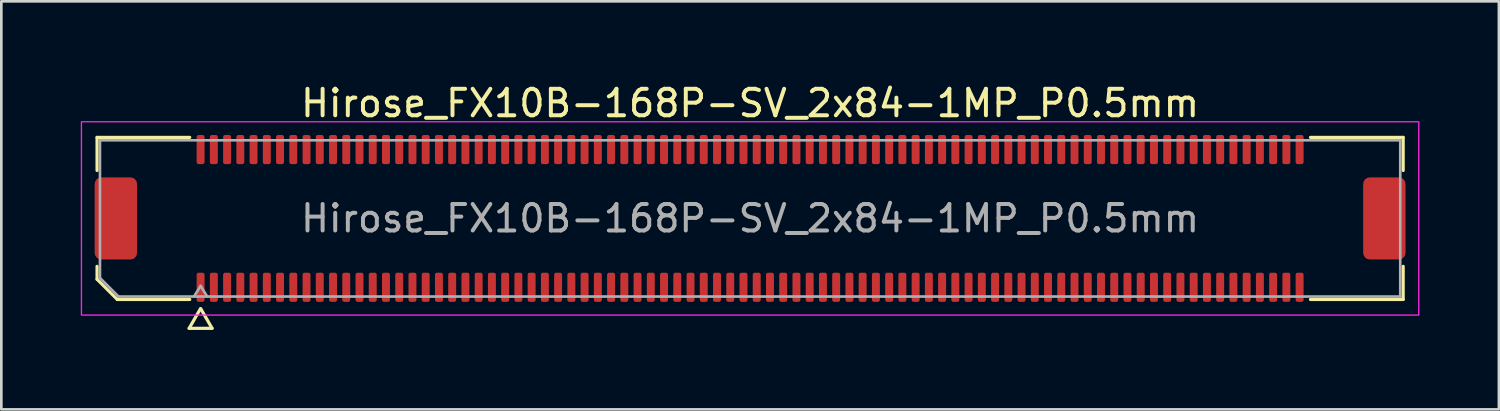
<source format=kicad_pcb>
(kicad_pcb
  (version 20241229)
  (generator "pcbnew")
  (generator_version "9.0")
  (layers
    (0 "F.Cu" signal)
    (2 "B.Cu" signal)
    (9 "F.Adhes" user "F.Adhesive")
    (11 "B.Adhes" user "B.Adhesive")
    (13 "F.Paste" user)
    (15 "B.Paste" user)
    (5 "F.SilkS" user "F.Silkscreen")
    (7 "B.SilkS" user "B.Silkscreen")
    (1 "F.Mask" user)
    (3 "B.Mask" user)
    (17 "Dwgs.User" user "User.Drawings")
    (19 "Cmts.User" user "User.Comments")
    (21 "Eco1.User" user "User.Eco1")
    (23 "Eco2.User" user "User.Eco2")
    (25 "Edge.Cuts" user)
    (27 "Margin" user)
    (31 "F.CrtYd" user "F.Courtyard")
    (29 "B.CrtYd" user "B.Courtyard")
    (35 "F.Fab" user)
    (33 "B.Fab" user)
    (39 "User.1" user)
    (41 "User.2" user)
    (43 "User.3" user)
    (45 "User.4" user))
  (footprint "Hirose_FX10B-168P-SV_2x84-1MP_P0.5mm"
    (layer "F.Cu")
    (at 25.275 5.198)
    (property "Reference" "Hirose_FX10B-168P-SV_2x84-1MP_P0.5mm" (at 0 -4.35 0) (layer "F.SilkS") (effects (font (size 1 1) (thickness 0.15))))
    (attr smd)
    (fp_line (start -24.66 -3.06) (end -21.16 -3.06) (stroke (width 0.12) (type solid)) (layer "F.SilkS"))
    (fp_line (start -24.66 -1.81) (end -24.66 -3.06) (stroke (width 0.12) (type solid)) (layer "F.SilkS"))
    (fp_line (start -24.66 2.296) (end -24.66 1.81) (stroke (width 0.12) (type solid)) (layer "F.SilkS"))
    (fp_line (start -23.896 3.06) (end -24.66 2.296) (stroke (width 0.12) (type solid)) (layer "F.SilkS"))
    (fp_line (start -21.183 4.15) (end -20.756 3.41) (stroke (width 0.12) (type solid)) (layer "F.SilkS"))
    (fp_line (start -21.16 3.06) (end -23.896 3.06) (stroke (width 0.12) (type solid)) (layer "F.SilkS"))
    (fp_line (start -20.744 3.41) (end -20.317 4.15) (stroke (width 0.12) (type solid)) (layer "F.SilkS"))
    (fp_line (start -20.317 4.15) (end -21.183 4.15) (stroke (width 0.12) (type solid)) (layer "F.SilkS"))
    (fp_line (start 21.16 -3.06) (end 24.66 -3.06) (stroke (width 0.12) (type solid)) (layer "F.SilkS"))
    (fp_line (start 24.66 -3.06) (end 24.66 -1.81) (stroke (width 0.12) (type solid)) (layer "F.SilkS"))
    (fp_line (start 24.66 1.81) (end 24.66 3.06) (stroke (width 0.12) (type solid)) (layer "F.SilkS"))
    (fp_line (start 24.66 3.06) (end 21.16 3.06) (stroke (width 0.12) (type solid)) (layer "F.SilkS"))
    (fp_rect (start -25.25 -3.65) (end 25.25 3.65) (stroke (width 0.05) (type solid)) (fill no) (layer "F.CrtYd"))
    (fp_line (start -24.55 -2.95) (end 24.55 -2.95) (stroke (width 0.1) (type solid)) (layer "F.Fab"))
    (fp_line (start -24.55 2.25) (end -24.55 -2.95) (stroke (width 0.1) (type solid)) (layer "F.Fab"))
    (fp_line (start -23.85 2.95) (end -24.55 2.25) (stroke (width 0.1) (type solid)) (layer "F.Fab"))
    (fp_line (start -21 2.95) (end -20.75 2.55) (stroke (width 0.1) (type solid)) (layer "F.Fab"))
    (fp_line (start -20.75 2.55) (end -20.5 2.95) (stroke (width 0.1) (type solid)) (layer "F.Fab"))
    (fp_line (start 24.55 -2.95) (end 24.55 2.95) (stroke (width 0.1) (type solid)) (layer "F.Fab"))
    (fp_line (start 24.55 2.95) (end -23.85 2.95) (stroke (width 0.1) (type solid)) (layer "F.Fab"))
    (fp_text user "${REFERENCE}" (at 0 0 0) (layer "F.Fab") (effects (font (size 1 1) (thickness 0.15))))
    (pad "1" smd roundrect (at -20.75 2.6) (size 0.3 1.1) (layers "F.Cu" "F.Mask" "F.Paste") (roundrect_rratio 0.25))
    (pad "2" smd roundrect (at -20.75 -2.6) (size 0.3 1.1) (layers "F.Cu" "F.Mask" "F.Paste") (roundrect_rratio 0.25))
    (pad "3" smd roundrect (at -20.25 2.6) (size 0.3 1.1) (layers "F.Cu" "F.Mask" "F.Paste") (roundrect_rratio 0.25))
    (pad "4" smd roundrect (at -20.25 -2.6) (size 0.3 1.1) (layers "F.Cu" "F.Mask" "F.Paste") (roundrect_rratio 0.25))
    (pad "5" smd roundrect (at -19.75 2.6) (size 0.3 1.1) (layers "F.Cu" "F.Mask" "F.Paste") (roundrect_rratio 0.25))
    (pad "6" smd roundrect (at -19.75 -2.6) (size 0.3 1.1) (layers "F.Cu" "F.Mask" "F.Paste") (roundrect_rratio 0.25))
    (pad "7" smd roundrect (at -19.25 2.6) (size 0.3 1.1) (layers "F.Cu" "F.Mask" "F.Paste") (roundrect_rratio 0.25))
    (pad "8" smd roundrect (at -19.25 -2.6) (size 0.3 1.1) (layers "F.Cu" "F.Mask" "F.Paste") (roundrect_rratio 0.25))
    (pad "9" smd roundrect (at -18.75 2.6) (size 0.3 1.1) (layers "F.Cu" "F.Mask" "F.Paste") (roundrect_rratio 0.25))
    (pad "10" smd roundrect (at -18.75 -2.6) (size 0.3 1.1) (layers "F.Cu" "F.Mask" "F.Paste") (roundrect_rratio 0.25))
    (pad "11" smd roundrect (at -18.25 2.6) (size 0.3 1.1) (layers "F.Cu" "F.Mask" "F.Paste") (roundrect_rratio 0.25))
    (pad "12" smd roundrect (at -18.25 -2.6) (size 0.3 1.1) (layers "F.Cu" "F.Mask" "F.Paste") (roundrect_rratio 0.25))
    (pad "13" smd roundrect (at -17.75 2.6) (size 0.3 1.1) (layers "F.Cu" "F.Mask" "F.Paste") (roundrect_rratio 0.25))
    (pad "14" smd roundrect (at -17.75 -2.6) (size 0.3 1.1) (layers "F.Cu" "F.Mask" "F.Paste") (roundrect_rratio 0.25))
    (pad "15" smd roundrect (at -17.25 2.6) (size 0.3 1.1) (layers "F.Cu" "F.Mask" "F.Paste") (roundrect_rratio 0.25))
    (pad "16" smd roundrect (at -17.25 -2.6) (size 0.3 1.1) (layers "F.Cu" "F.Mask" "F.Paste") (roundrect_rratio 0.25))
    (pad "17" smd roundrect (at -16.75 2.6) (size 0.3 1.1) (layers "F.Cu" "F.Mask" "F.Paste") (roundrect_rratio 0.25))
    (pad "18" smd roundrect (at -16.75 -2.6) (size 0.3 1.1) (layers "F.Cu" "F.Mask" "F.Paste") (roundrect_rratio 0.25))
    (pad "19" smd roundrect (at -16.25 2.6) (size 0.3 1.1) (layers "F.Cu" "F.Mask" "F.Paste") (roundrect_rratio 0.25))
    (pad "20" smd roundrect (at -16.25 -2.6) (size 0.3 1.1) (layers "F.Cu" "F.Mask" "F.Paste") (roundrect_rratio 0.25))
    (pad "21" smd roundrect (at -15.75 2.6) (size 0.3 1.1) (layers "F.Cu" "F.Mask" "F.Paste") (roundrect_rratio 0.25))
    (pad "22" smd roundrect (at -15.75 -2.6) (size 0.3 1.1) (layers "F.Cu" "F.Mask" "F.Paste") (roundrect_rratio 0.25))
    (pad "23" smd roundrect (at -15.25 2.6) (size 0.3 1.1) (layers "F.Cu" "F.Mask" "F.Paste") (roundrect_rratio 0.25))
    (pad "24" smd roundrect (at -15.25 -2.6) (size 0.3 1.1) (layers "F.Cu" "F.Mask" "F.Paste") (roundrect_rratio 0.25))
    (pad "25" smd roundrect (at -14.75 2.6) (size 0.3 1.1) (layers "F.Cu" "F.Mask" "F.Paste") (roundrect_rratio 0.25))
    (pad "26" smd roundrect (at -14.75 -2.6) (size 0.3 1.1) (layers "F.Cu" "F.Mask" "F.Paste") (roundrect_rratio 0.25))
    (pad "27" smd roundrect (at -14.25 2.6) (size 0.3 1.1) (layers "F.Cu" "F.Mask" "F.Paste") (roundrect_rratio 0.25))
    (pad "28" smd roundrect (at -14.25 -2.6) (size 0.3 1.1) (layers "F.Cu" "F.Mask" "F.Paste") (roundrect_rratio 0.25))
    (pad "29" smd roundrect (at -13.75 2.6) (size 0.3 1.1) (layers "F.Cu" "F.Mask" "F.Paste") (roundrect_rratio 0.25))
    (pad "30" smd roundrect (at -13.75 -2.6) (size 0.3 1.1) (layers "F.Cu" "F.Mask" "F.Paste") (roundrect_rratio 0.25))
    (pad "31" smd roundrect (at -13.25 2.6) (size 0.3 1.1) (layers "F.Cu" "F.Mask" "F.Paste") (roundrect_rratio 0.25))
    (pad "32" smd roundrect (at -13.25 -2.6) (size 0.3 1.1) (layers "F.Cu" "F.Mask" "F.Paste") (roundrect_rratio 0.25))
    (pad "33" smd roundrect (at -12.75 2.6) (size 0.3 1.1) (layers "F.Cu" "F.Mask" "F.Paste") (roundrect_rratio 0.25))
    (pad "34" smd roundrect (at -12.75 -2.6) (size 0.3 1.1) (layers "F.Cu" "F.Mask" "F.Paste") (roundrect_rratio 0.25))
    (pad "35" smd roundrect (at -12.25 2.6) (size 0.3 1.1) (layers "F.Cu" "F.Mask" "F.Paste") (roundrect_rratio 0.25))
    (pad "36" smd roundrect (at -12.25 -2.6) (size 0.3 1.1) (layers "F.Cu" "F.Mask" "F.Paste") (roundrect_rratio 0.25))
    (pad "37" smd roundrect (at -11.75 2.6) (size 0.3 1.1) (layers "F.Cu" "F.Mask" "F.Paste") (roundrect_rratio 0.25))
    (pad "38" smd roundrect (at -11.75 -2.6) (size 0.3 1.1) (layers "F.Cu" "F.Mask" "F.Paste") (roundrect_rratio 0.25))
    (pad "39" smd roundrect (at -11.25 2.6) (size 0.3 1.1) (layers "F.Cu" "F.Mask" "F.Paste") (roundrect_rratio 0.25))
    (pad "40" smd roundrect (at -11.25 -2.6) (size 0.3 1.1) (layers "F.Cu" "F.Mask" "F.Paste") (roundrect_rratio 0.25))
    (pad "41" smd roundrect (at -10.75 2.6) (size 0.3 1.1) (layers "F.Cu" "F.Mask" "F.Paste") (roundrect_rratio 0.25))
    (pad "42" smd roundrect (at -10.75 -2.6) (size 0.3 1.1) (layers "F.Cu" "F.Mask" "F.Paste") (roundrect_rratio 0.25))
    (pad "43" smd roundrect (at -10.25 2.6) (size 0.3 1.1) (layers "F.Cu" "F.Mask" "F.Paste") (roundrect_rratio 0.25))
    (pad "44" smd roundrect (at -10.25 -2.6) (size 0.3 1.1) (layers "F.Cu" "F.Mask" "F.Paste") (roundrect_rratio 0.25))
    (pad "45" smd roundrect (at -9.75 2.6) (size 0.3 1.1) (layers "F.Cu" "F.Mask" "F.Paste") (roundrect_rratio 0.25))
    (pad "46" smd roundrect (at -9.75 -2.6) (size 0.3 1.1) (layers "F.Cu" "F.Mask" "F.Paste") (roundrect_rratio 0.25))
    (pad "47" smd roundrect (at -9.25 2.6) (size 0.3 1.1) (layers "F.Cu" "F.Mask" "F.Paste") (roundrect_rratio 0.25))
    (pad "48" smd roundrect (at -9.25 -2.6) (size 0.3 1.1) (layers "F.Cu" "F.Mask" "F.Paste") (roundrect_rratio 0.25))
    (pad "49" smd roundrect (at -8.75 2.6) (size 0.3 1.1) (layers "F.Cu" "F.Mask" "F.Paste") (roundrect_rratio 0.25))
    (pad "50" smd roundrect (at -8.75 -2.6) (size 0.3 1.1) (layers "F.Cu" "F.Mask" "F.Paste") (roundrect_rratio 0.25))
    (pad "51" smd roundrect (at -8.25 2.6) (size 0.3 1.1) (layers "F.Cu" "F.Mask" "F.Paste") (roundrect_rratio 0.25))
    (pad "52" smd roundrect (at -8.25 -2.6) (size 0.3 1.1) (layers "F.Cu" "F.Mask" "F.Paste") (roundrect_rratio 0.25))
    (pad "53" smd roundrect (at -7.75 2.6) (size 0.3 1.1) (layers "F.Cu" "F.Mask" "F.Paste") (roundrect_rratio 0.25))
    (pad "54" smd roundrect (at -7.75 -2.6) (size 0.3 1.1) (layers "F.Cu" "F.Mask" "F.Paste") (roundrect_rratio 0.25))
    (pad "55" smd roundrect (at -7.25 2.6) (size 0.3 1.1) (layers "F.Cu" "F.Mask" "F.Paste") (roundrect_rratio 0.25))
    (pad "56" smd roundrect (at -7.25 -2.6) (size 0.3 1.1) (layers "F.Cu" "F.Mask" "F.Paste") (roundrect_rratio 0.25))
    (pad "57" smd roundrect (at -6.75 2.6) (size 0.3 1.1) (layers "F.Cu" "F.Mask" "F.Paste") (roundrect_rratio 0.25))
    (pad "58" smd roundrect (at -6.75 -2.6) (size 0.3 1.1) (layers "F.Cu" "F.Mask" "F.Paste") (roundrect_rratio 0.25))
    (pad "59" smd roundrect (at -6.25 2.6) (size 0.3 1.1) (layers "F.Cu" "F.Mask" "F.Paste") (roundrect_rratio 0.25))
    (pad "60" smd roundrect (at -6.25 -2.6) (size 0.3 1.1) (layers "F.Cu" "F.Mask" "F.Paste") (roundrect_rratio 0.25))
    (pad "61" smd roundrect (at -5.75 2.6) (size 0.3 1.1) (layers "F.Cu" "F.Mask" "F.Paste") (roundrect_rratio 0.25))
    (pad "62" smd roundrect (at -5.75 -2.6) (size 0.3 1.1) (layers "F.Cu" "F.Mask" "F.Paste") (roundrect_rratio 0.25))
    (pad "63" smd roundrect (at -5.25 2.6) (size 0.3 1.1) (layers "F.Cu" "F.Mask" "F.Paste") (roundrect_rratio 0.25))
    (pad "64" smd roundrect (at -5.25 -2.6) (size 0.3 1.1) (layers "F.Cu" "F.Mask" "F.Paste") (roundrect_rratio 0.25))
    (pad "65" smd roundrect (at -4.75 2.6) (size 0.3 1.1) (layers "F.Cu" "F.Mask" "F.Paste") (roundrect_rratio 0.25))
    (pad "66" smd roundrect (at -4.75 -2.6) (size 0.3 1.1) (layers "F.Cu" "F.Mask" "F.Paste") (roundrect_rratio 0.25))
    (pad "67" smd roundrect (at -4.25 2.6) (size 0.3 1.1) (layers "F.Cu" "F.Mask" "F.Paste") (roundrect_rratio 0.25))
    (pad "68" smd roundrect (at -4.25 -2.6) (size 0.3 1.1) (layers "F.Cu" "F.Mask" "F.Paste") (roundrect_rratio 0.25))
    (pad "69" smd roundrect (at -3.75 2.6) (size 0.3 1.1) (layers "F.Cu" "F.Mask" "F.Paste") (roundrect_rratio 0.25))
    (pad "70" smd roundrect (at -3.75 -2.6) (size 0.3 1.1) (layers "F.Cu" "F.Mask" "F.Paste") (roundrect_rratio 0.25))
    (pad "71" smd roundrect (at -3.25 2.6) (size 0.3 1.1) (layers "F.Cu" "F.Mask" "F.Paste") (roundrect_rratio 0.25))
    (pad "72" smd roundrect (at -3.25 -2.6) (size 0.3 1.1) (layers "F.Cu" "F.Mask" "F.Paste") (roundrect_rratio 0.25))
    (pad "73" smd roundrect (at -2.75 2.6) (size 0.3 1.1) (layers "F.Cu" "F.Mask" "F.Paste") (roundrect_rratio 0.25))
    (pad "74" smd roundrect (at -2.75 -2.6) (size 0.3 1.1) (layers "F.Cu" "F.Mask" "F.Paste") (roundrect_rratio 0.25))
    (pad "75" smd roundrect (at -2.25 2.6) (size 0.3 1.1) (layers "F.Cu" "F.Mask" "F.Paste") (roundrect_rratio 0.25))
    (pad "76" smd roundrect (at -2.25 -2.6) (size 0.3 1.1) (layers "F.Cu" "F.Mask" "F.Paste") (roundrect_rratio 0.25))
    (pad "77" smd roundrect (at -1.75 2.6) (size 0.3 1.1) (layers "F.Cu" "F.Mask" "F.Paste") (roundrect_rratio 0.25))
    (pad "78" smd roundrect (at -1.75 -2.6) (size 0.3 1.1) (layers "F.Cu" "F.Mask" "F.Paste") (roundrect_rratio 0.25))
    (pad "79" smd roundrect (at -1.25 2.6) (size 0.3 1.1) (layers "F.Cu" "F.Mask" "F.Paste") (roundrect_rratio 0.25))
    (pad "80" smd roundrect (at -1.25 -2.6) (size 0.3 1.1) (layers "F.Cu" "F.Mask" "F.Paste") (roundrect_rratio 0.25))
    (pad "81" smd roundrect (at -0.75 2.6) (size 0.3 1.1) (layers "F.Cu" "F.Mask" "F.Paste") (roundrect_rratio 0.25))
    (pad "82" smd roundrect (at -0.75 -2.6) (size 0.3 1.1) (layers "F.Cu" "F.Mask" "F.Paste") (roundrect_rratio 0.25))
    (pad "83" smd roundrect (at -0.25 2.6) (size 0.3 1.1) (layers "F.Cu" "F.Mask" "F.Paste") (roundrect_rratio 0.25))
    (pad "84" smd roundrect (at -0.25 -2.6) (size 0.3 1.1) (layers "F.Cu" "F.Mask" "F.Paste") (roundrect_rratio 0.25))
    (pad "85" smd roundrect (at 0.25 2.6) (size 0.3 1.1) (layers "F.Cu" "F.Mask" "F.Paste") (roundrect_rratio 0.25))
    (pad "86" smd roundrect (at 0.25 -2.6) (size 0.3 1.1) (layers "F.Cu" "F.Mask" "F.Paste") (roundrect_rratio 0.25))
    (pad "87" smd roundrect (at 0.75 2.6) (size 0.3 1.1) (layers "F.Cu" "F.Mask" "F.Paste") (roundrect_rratio 0.25))
    (pad "88" smd roundrect (at 0.75 -2.6) (size 0.3 1.1) (layers "F.Cu" "F.Mask" "F.Paste") (roundrect_rratio 0.25))
    (pad "89" smd roundrect (at 1.25 2.6) (size 0.3 1.1) (layers "F.Cu" "F.Mask" "F.Paste") (roundrect_rratio 0.25))
    (pad "90" smd roundrect (at 1.25 -2.6) (size 0.3 1.1) (layers "F.Cu" "F.Mask" "F.Paste") (roundrect_rratio 0.25))
    (pad "91" smd roundrect (at 1.75 2.6) (size 0.3 1.1) (layers "F.Cu" "F.Mask" "F.Paste") (roundrect_rratio 0.25))
    (pad "92" smd roundrect (at 1.75 -2.6) (size 0.3 1.1) (layers "F.Cu" "F.Mask" "F.Paste") (roundrect_rratio 0.25))
    (pad "93" smd roundrect (at 2.25 2.6) (size 0.3 1.1) (layers "F.Cu" "F.Mask" "F.Paste") (roundrect_rratio 0.25))
    (pad "94" smd roundrect (at 2.25 -2.6) (size 0.3 1.1) (layers "F.Cu" "F.Mask" "F.Paste") (roundrect_rratio 0.25))
    (pad "95" smd roundrect (at 2.75 2.6) (size 0.3 1.1) (layers "F.Cu" "F.Mask" "F.Paste") (roundrect_rratio 0.25))
    (pad "96" smd roundrect (at 2.75 -2.6) (size 0.3 1.1) (layers "F.Cu" "F.Mask" "F.Paste") (roundrect_rratio 0.25))
    (pad "97" smd roundrect (at 3.25 2.6) (size 0.3 1.1) (layers "F.Cu" "F.Mask" "F.Paste") (roundrect_rratio 0.25))
    (pad "98" smd roundrect (at 3.25 -2.6) (size 0.3 1.1) (layers "F.Cu" "F.Mask" "F.Paste") (roundrect_rratio 0.25))
    (pad "99" smd roundrect (at 3.75 2.6) (size 0.3 1.1) (layers "F.Cu" "F.Mask" "F.Paste") (roundrect_rratio 0.25))
    (pad "100" smd roundrect (at 3.75 -2.6) (size 0.3 1.1) (layers "F.Cu" "F.Mask" "F.Paste") (roundrect_rratio 0.25))
    (pad "101" smd roundrect (at 4.25 2.6) (size 0.3 1.1) (layers "F.Cu" "F.Mask" "F.Paste") (roundrect_rratio 0.25))
    (pad "102" smd roundrect (at 4.25 -2.6) (size 0.3 1.1) (layers "F.Cu" "F.Mask" "F.Paste") (roundrect_rratio 0.25))
    (pad "103" smd roundrect (at 4.75 2.6) (size 0.3 1.1) (layers "F.Cu" "F.Mask" "F.Paste") (roundrect_rratio 0.25))
    (pad "104" smd roundrect (at 4.75 -2.6) (size 0.3 1.1) (layers "F.Cu" "F.Mask" "F.Paste") (roundrect_rratio 0.25))
    (pad "105" smd roundrect (at 5.25 2.6) (size 0.3 1.1) (layers "F.Cu" "F.Mask" "F.Paste") (roundrect_rratio 0.25))
    (pad "106" smd roundrect (at 5.25 -2.6) (size 0.3 1.1) (layers "F.Cu" "F.Mask" "F.Paste") (roundrect_rratio 0.25))
    (pad "107" smd roundrect (at 5.75 2.6) (size 0.3 1.1) (layers "F.Cu" "F.Mask" "F.Paste") (roundrect_rratio 0.25))
    (pad "108" smd roundrect (at 5.75 -2.6) (size 0.3 1.1) (layers "F.Cu" "F.Mask" "F.Paste") (roundrect_rratio 0.25))
    (pad "109" smd roundrect (at 6.25 2.6) (size 0.3 1.1) (layers "F.Cu" "F.Mask" "F.Paste") (roundrect_rratio 0.25))
    (pad "110" smd roundrect (at 6.25 -2.6) (size 0.3 1.1) (layers "F.Cu" "F.Mask" "F.Paste") (roundrect_rratio 0.25))
    (pad "111" smd roundrect (at 6.75 2.6) (size 0.3 1.1) (layers "F.Cu" "F.Mask" "F.Paste") (roundrect_rratio 0.25))
    (pad "112" smd roundrect (at 6.75 -2.6) (size 0.3 1.1) (layers "F.Cu" "F.Mask" "F.Paste") (roundrect_rratio 0.25))
    (pad "113" smd roundrect (at 7.25 2.6) (size 0.3 1.1) (layers "F.Cu" "F.Mask" "F.Paste") (roundrect_rratio 0.25))
    (pad "114" smd roundrect (at 7.25 -2.6) (size 0.3 1.1) (layers "F.Cu" "F.Mask" "F.Paste") (roundrect_rratio 0.25))
    (pad "115" smd roundrect (at 7.75 2.6) (size 0.3 1.1) (layers "F.Cu" "F.Mask" "F.Paste") (roundrect_rratio 0.25))
    (pad "116" smd roundrect (at 7.75 -2.6) (size 0.3 1.1) (layers "F.Cu" "F.Mask" "F.Paste") (roundrect_rratio 0.25))
    (pad "117" smd roundrect (at 8.25 2.6) (size 0.3 1.1) (layers "F.Cu" "F.Mask" "F.Paste") (roundrect_rratio 0.25))
    (pad "118" smd roundrect (at 8.25 -2.6) (size 0.3 1.1) (layers "F.Cu" "F.Mask" "F.Paste") (roundrect_rratio 0.25))
    (pad "119" smd roundrect (at 8.75 2.6) (size 0.3 1.1) (layers "F.Cu" "F.Mask" "F.Paste") (roundrect_rratio 0.25))
    (pad "120" smd roundrect (at 8.75 -2.6) (size 0.3 1.1) (layers "F.Cu" "F.Mask" "F.Paste") (roundrect_rratio 0.25))
    (pad "121" smd roundrect (at 9.25 2.6) (size 0.3 1.1) (layers "F.Cu" "F.Mask" "F.Paste") (roundrect_rratio 0.25))
    (pad "122" smd roundrect (at 9.25 -2.6) (size 0.3 1.1) (layers "F.Cu" "F.Mask" "F.Paste") (roundrect_rratio 0.25))
    (pad "123" smd roundrect (at 9.75 2.6) (size 0.3 1.1) (layers "F.Cu" "F.Mask" "F.Paste") (roundrect_rratio 0.25))
    (pad "124" smd roundrect (at 9.75 -2.6) (size 0.3 1.1) (layers "F.Cu" "F.Mask" "F.Paste") (roundrect_rratio 0.25))
    (pad "125" smd roundrect (at 10.25 2.6) (size 0.3 1.1) (layers "F.Cu" "F.Mask" "F.Paste") (roundrect_rratio 0.25))
    (pad "126" smd roundrect (at 10.25 -2.6) (size 0.3 1.1) (layers "F.Cu" "F.Mask" "F.Paste") (roundrect_rratio 0.25))
    (pad "127" smd roundrect (at 10.75 2.6) (size 0.3 1.1) (layers "F.Cu" "F.Mask" "F.Paste") (roundrect_rratio 0.25))
    (pad "128" smd roundrect (at 10.75 -2.6) (size 0.3 1.1) (layers "F.Cu" "F.Mask" "F.Paste") (roundrect_rratio 0.25))
    (pad "129" smd roundrect (at 11.25 2.6) (size 0.3 1.1) (layers "F.Cu" "F.Mask" "F.Paste") (roundrect_rratio 0.25))
    (pad "130" smd roundrect (at 11.25 -2.6) (size 0.3 1.1) (layers "F.Cu" "F.Mask" "F.Paste") (roundrect_rratio 0.25))
    (pad "131" smd roundrect (at 11.75 2.6) (size 0.3 1.1) (layers "F.Cu" "F.Mask" "F.Paste") (roundrect_rratio 0.25))
    (pad "132" smd roundrect (at 11.75 -2.6) (size 0.3 1.1) (layers "F.Cu" "F.Mask" "F.Paste") (roundrect_rratio 0.25))
    (pad "133" smd roundrect (at 12.25 2.6) (size 0.3 1.1) (layers "F.Cu" "F.Mask" "F.Paste") (roundrect_rratio 0.25))
    (pad "134" smd roundrect (at 12.25 -2.6) (size 0.3 1.1) (layers "F.Cu" "F.Mask" "F.Paste") (roundrect_rratio 0.25))
    (pad "135" smd roundrect (at 12.75 2.6) (size 0.3 1.1) (layers "F.Cu" "F.Mask" "F.Paste") (roundrect_rratio 0.25))
    (pad "136" smd roundrect (at 12.75 -2.6) (size 0.3 1.1) (layers "F.Cu" "F.Mask" "F.Paste") (roundrect_rratio 0.25))
    (pad "137" smd roundrect (at 13.25 2.6) (size 0.3 1.1) (layers "F.Cu" "F.Mask" "F.Paste") (roundrect_rratio 0.25))
    (pad "138" smd roundrect (at 13.25 -2.6) (size 0.3 1.1) (layers "F.Cu" "F.Mask" "F.Paste") (roundrect_rratio 0.25))
    (pad "139" smd roundrect (at 13.75 2.6) (size 0.3 1.1) (layers "F.Cu" "F.Mask" "F.Paste") (roundrect_rratio 0.25))
    (pad "140" smd roundrect (at 13.75 -2.6) (size 0.3 1.1) (layers "F.Cu" "F.Mask" "F.Paste") (roundrect_rratio 0.25))
    (pad "141" smd roundrect (at 14.25 2.6) (size 0.3 1.1) (layers "F.Cu" "F.Mask" "F.Paste") (roundrect_rratio 0.25))
    (pad "142" smd roundrect (at 14.25 -2.6) (size 0.3 1.1) (layers "F.Cu" "F.Mask" "F.Paste") (roundrect_rratio 0.25))
    (pad "143" smd roundrect (at 14.75 2.6) (size 0.3 1.1) (layers "F.Cu" "F.Mask" "F.Paste") (roundrect_rratio 0.25))
    (pad "144" smd roundrect (at 14.75 -2.6) (size 0.3 1.1) (layers "F.Cu" "F.Mask" "F.Paste") (roundrect_rratio 0.25))
    (pad "145" smd roundrect (at 15.25 2.6) (size 0.3 1.1) (layers "F.Cu" "F.Mask" "F.Paste") (roundrect_rratio 0.25))
    (pad "146" smd roundrect (at 15.25 -2.6) (size 0.3 1.1) (layers "F.Cu" "F.Mask" "F.Paste") (roundrect_rratio 0.25))
    (pad "147" smd roundrect (at 15.75 2.6) (size 0.3 1.1) (layers "F.Cu" "F.Mask" "F.Paste") (roundrect_rratio 0.25))
    (pad "148" smd roundrect (at 15.75 -2.6) (size 0.3 1.1) (layers "F.Cu" "F.Mask" "F.Paste") (roundrect_rratio 0.25))
    (pad "149" smd roundrect (at 16.25 2.6) (size 0.3 1.1) (layers "F.Cu" "F.Mask" "F.Paste") (roundrect_rratio 0.25))
    (pad "150" smd roundrect (at 16.25 -2.6) (size 0.3 1.1) (layers "F.Cu" "F.Mask" "F.Paste") (roundrect_rratio 0.25))
    (pad "151" smd roundrect (at 16.75 2.6) (size 0.3 1.1) (layers "F.Cu" "F.Mask" "F.Paste") (roundrect_rratio 0.25))
    (pad "152" smd roundrect (at 16.75 -2.6) (size 0.3 1.1) (layers "F.Cu" "F.Mask" "F.Paste") (roundrect_rratio 0.25))
    (pad "153" smd roundrect (at 17.25 2.6) (size 0.3 1.1) (layers "F.Cu" "F.Mask" "F.Paste") (roundrect_rratio 0.25))
    (pad "154" smd roundrect (at 17.25 -2.6) (size 0.3 1.1) (layers "F.Cu" "F.Mask" "F.Paste") (roundrect_rratio 0.25))
    (pad "155" smd roundrect (at 17.75 2.6) (size 0.3 1.1) (layers "F.Cu" "F.Mask" "F.Paste") (roundrect_rratio 0.25))
    (pad "156" smd roundrect (at 17.75 -2.6) (size 0.3 1.1) (layers "F.Cu" "F.Mask" "F.Paste") (roundrect_rratio 0.25))
    (pad "157" smd roundrect (at 18.25 2.6) (size 0.3 1.1) (layers "F.Cu" "F.Mask" "F.Paste") (roundrect_rratio 0.25))
    (pad "158" smd roundrect (at 18.25 -2.6) (size 0.3 1.1) (layers "F.Cu" "F.Mask" "F.Paste") (roundrect_rratio 0.25))
    (pad "159" smd roundrect (at 18.75 2.6) (size 0.3 1.1) (layers "F.Cu" "F.Mask" "F.Paste") (roundrect_rratio 0.25))
    (pad "160" smd roundrect (at 18.75 -2.6) (size 0.3 1.1) (layers "F.Cu" "F.Mask" "F.Paste") (roundrect_rratio 0.25))
    (pad "161" smd roundrect (at 19.25 2.6) (size 0.3 1.1) (layers "F.Cu" "F.Mask" "F.Paste") (roundrect_rratio 0.25))
    (pad "162" smd roundrect (at 19.25 -2.6) (size 0.3 1.1) (layers "F.Cu" "F.Mask" "F.Paste") (roundrect_rratio 0.25))
    (pad "163" smd roundrect (at 19.75 2.6) (size 0.3 1.1) (layers "F.Cu" "F.Mask" "F.Paste") (roundrect_rratio 0.25))
    (pad "164" smd roundrect (at 19.75 -2.6) (size 0.3 1.1) (layers "F.Cu" "F.Mask" "F.Paste") (roundrect_rratio 0.25))
    (pad "165" smd roundrect (at 20.25 2.6) (size 0.3 1.1) (layers "F.Cu" "F.Mask" "F.Paste") (roundrect_rratio 0.25))
    (pad "166" smd roundrect (at 20.25 -2.6) (size 0.3 1.1) (layers "F.Cu" "F.Mask" "F.Paste") (roundrect_rratio 0.25))
    (pad "167" smd roundrect (at 20.75 2.6) (size 0.3 1.1) (layers "F.Cu" "F.Mask" "F.Paste") (roundrect_rratio 0.25))
    (pad "168" smd roundrect (at 20.75 -2.6) (size 0.3 1.1) (layers "F.Cu" "F.Mask" "F.Paste") (roundrect_rratio 0.25))
    (pad "MP" smd roundrect (at -23.95 0) (size 1.6 3.1) (layers "F.Cu" "F.Mask" "F.Paste") (roundrect_rratio 0.156))
    (pad "MP" smd roundrect (at 23.95 0) (size 1.6 3.1) (layers "F.Cu" "F.Mask" "F.Paste") (roundrect_rratio 0.156))
    (zone (net_name "") (layer "F.Cu") (name "keepout") (hatch edge 0.5) (connect_pads) (min_thickness 0.25) (filled_areas_thickness no) (keepout (tracks not_allowed) (vias not_allowed) (pads allowed) (copperpour not_allowed) (footprints allowed)) (placement (enabled no)) (fill) (polygon (pts (xy 4.375 3.148) (xy 46.175 3.148) (xy 46.175 4.198) (xy 4.375 4.198))))
    (zone (net_name "") (layer "F.Cu") (name "keepout") (hatch edge 0.5) (connect_pads) (min_thickness 0.25) (filled_areas_thickness no) (keepout (tracks not_allowed) (vias not_allowed) (pads allowed) (copperpour not_allowed) (footprints allowed)) (placement (enabled no)) (fill) (polygon (pts (xy 4.375 6.198) (xy 46.175 6.198) (xy 46.175 7.248) (xy 4.375 7.248)))))
  (gr_rect
    (start -3 -3)
    (end 53.55 12.408)
    (stroke (width 0.1) (type default))
    (fill no)
    (layer "Edge.Cuts")))
</source>
